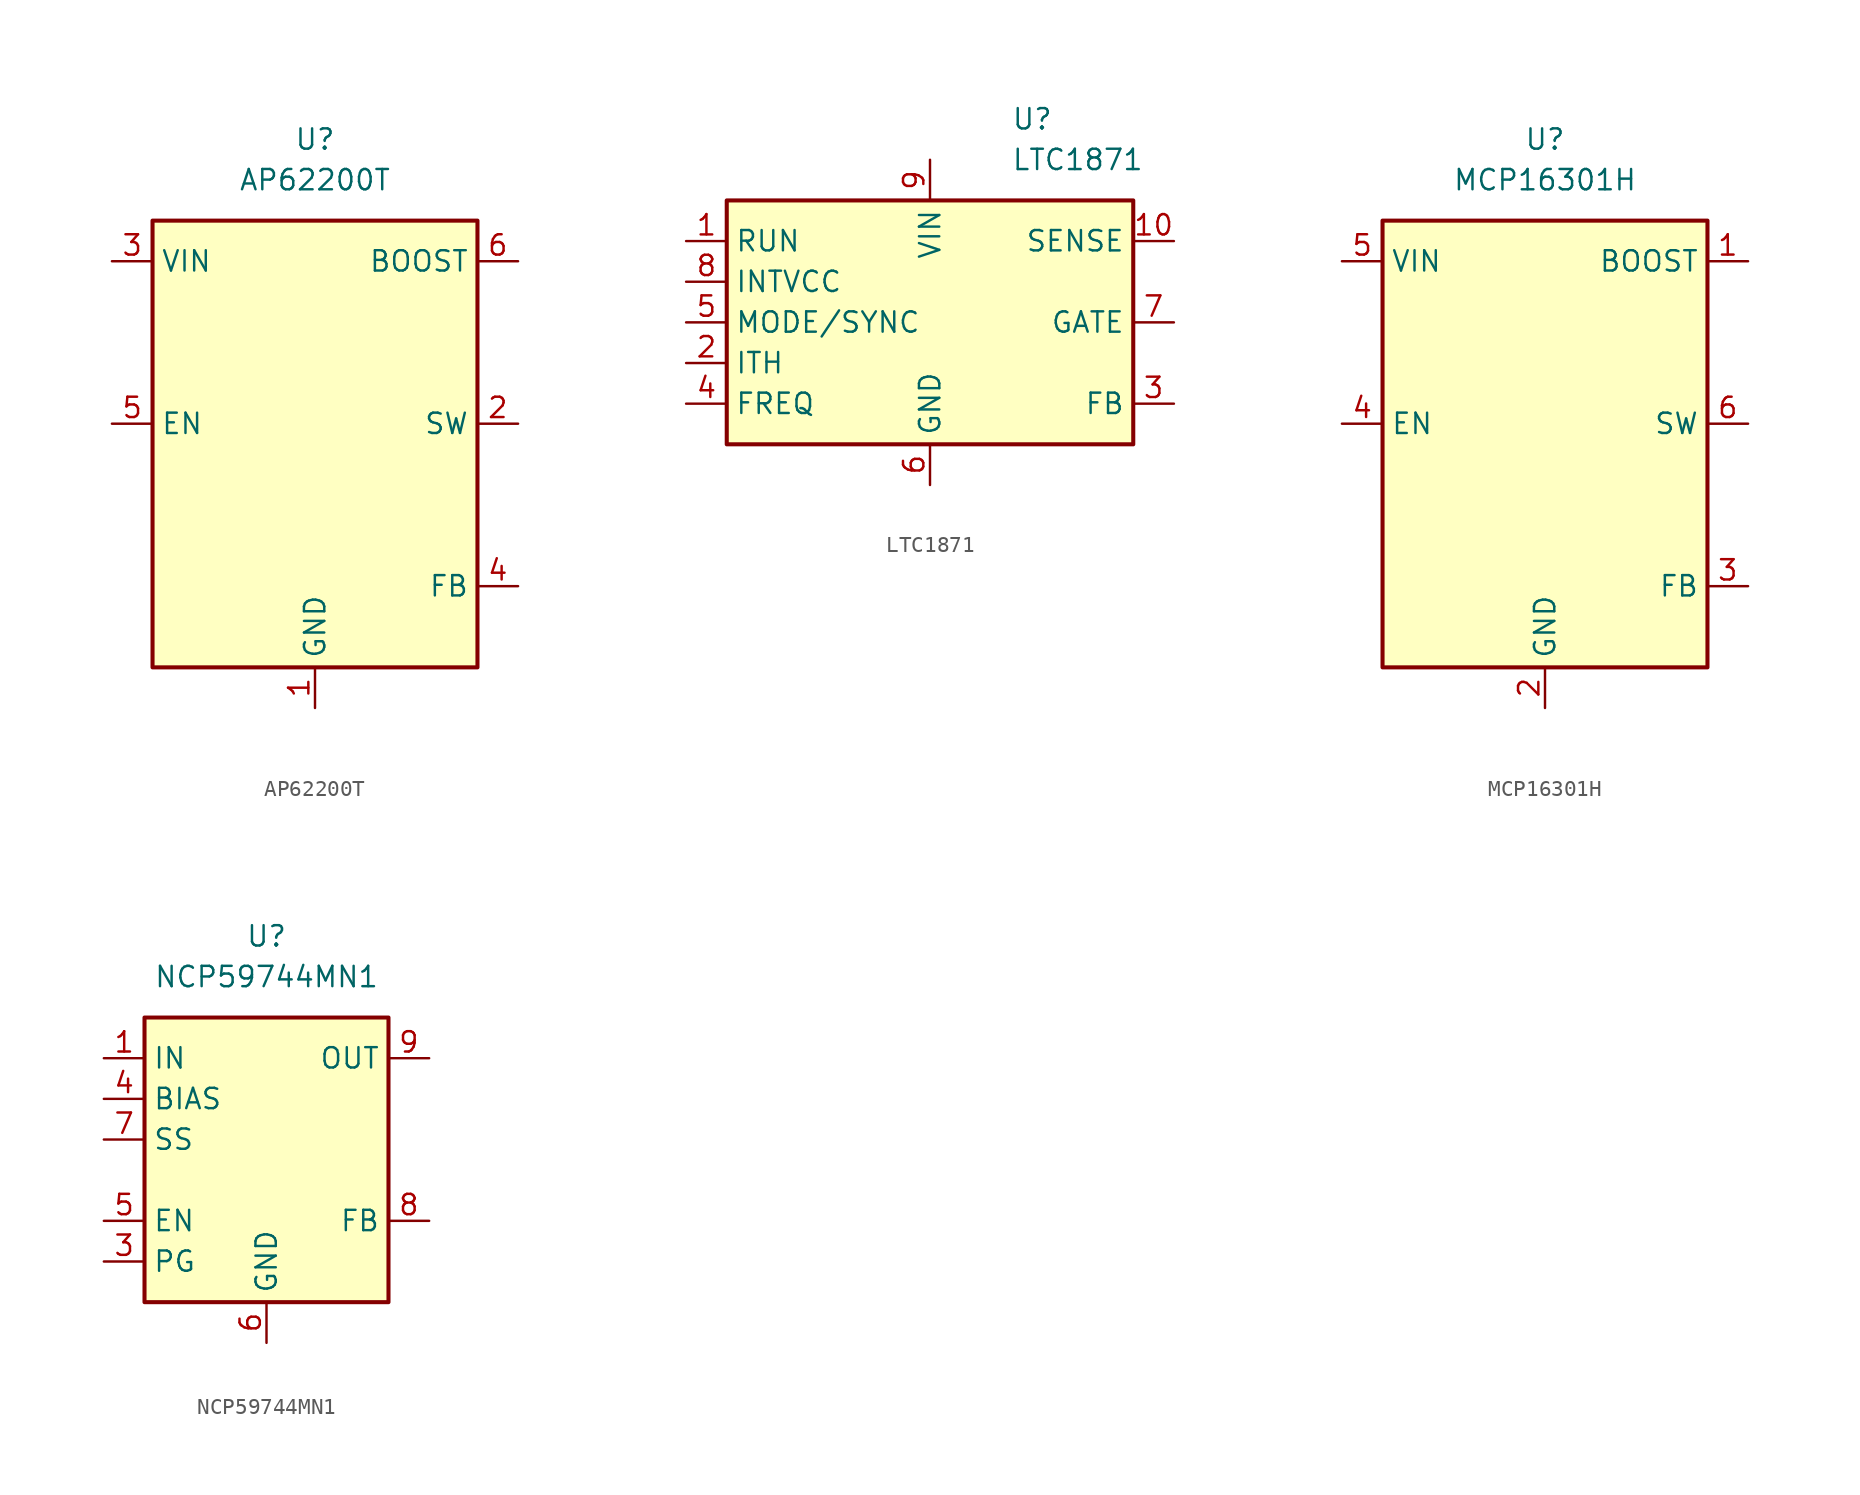
<source format=kicad_sym>
(kicad_symbol_lib
  (version 20210619)
  (generator kicad_symbol_editor)
  (symbol "KLIB_Regul:AP62200T"
    (property "Reference" "U"
      (at 0 17.78 0)
      (effects (font (size 1.27 1.27))))
    (property "Value" "AP62200T"
      (at 0 15.24 0)
      (effects (font (size 1.27 1.27))))
    (symbol "AP62200T_0_1"
      (rectangle (start -10.16 12.7) (end 10.16 -15.24) (stroke (width 0.254)) (fill (type background))))
    (symbol "AP62200T_1_1"
      (pin power_in line (at 0 -17.78 90) (length 2.54) (name "GND" (effects (font (size 1.27 1.27)))) (number "1" (effects (font (size 1.27 1.27)))))
      (pin power_out line (at 12.7 0 180) (length 2.54) (name "SW" (effects (font (size 1.27 1.27)))) (number "2" (effects (font (size 1.27 1.27)))))
      (pin power_in line (at -12.7 10.16 0) (length 2.54) (name "VIN" (effects (font (size 1.27 1.27)))) (number "3" (effects (font (size 1.27 1.27)))))
      (pin input line (at 12.7 -10.16 180) (length 2.54) (name "FB" (effects (font (size 1.27 1.27)))) (number "4" (effects (font (size 1.27 1.27)))))
      (pin input line (at -12.7 0 0) (length 2.54) (name "EN" (effects (font (size 1.27 1.27)))) (number "5" (effects (font (size 1.27 1.27)))))
      (pin power_out line (at 12.7 10.16 180) (length 2.54) (name "BOOST" (effects (font (size 1.27 1.27)))) (number "6" (effects (font (size 1.27 1.27)))))))
  (symbol "KLIB_Regul:LTC1871"
    (property "Reference" "U"
      (at 5.08 12.7 0)
      (effects (font (size 1.27 1.27)) (justify left)))
    (property "Value" "LTC1871"
      (at 5.08 10.16 0)
      (effects (font (size 1.27 1.27)) (justify left)))
    (symbol "LTC1871_0_1"
      (rectangle (start -12.7 7.62) (end 12.7 -7.62) (stroke (width 0.254)) (fill (type background))))
    (symbol "LTC1871_1_1"
      (pin input line (at -15.24 5.08 0) (length 2.54) (name "RUN" (effects (font (size 1.27 1.27)))) (number "1" (effects (font (size 1.27 1.27)))))
      (pin input line (at 15.24 5.08 180) (length 2.54) (name "SENSE" (effects (font (size 1.27 1.27)))) (number "10" (effects (font (size 1.27 1.27)))))
      (pin input line (at -15.24 -2.54 0) (length 2.54) (name "ITH" (effects (font (size 1.27 1.27)))) (number "2" (effects (font (size 1.27 1.27)))))
      (pin input line (at 15.24 -5.08 180) (length 2.54) (name "FB" (effects (font (size 1.27 1.27)))) (number "3" (effects (font (size 1.27 1.27)))))
      (pin passive line (at -15.24 -5.08 0) (length 2.54) (name "FREQ" (effects (font (size 1.27 1.27)))) (number "4" (effects (font (size 1.27 1.27)))))
      (pin input line (at -15.24 0 0) (length 2.54) (name "MODE/SYNC" (effects (font (size 1.27 1.27)))) (number "5" (effects (font (size 1.27 1.27)))))
      (pin power_in line (at 0 -10.16 90) (length 2.54) (name "GND" (effects (font (size 1.27 1.27)))) (number "6" (effects (font (size 1.27 1.27)))))
      (pin output line (at 15.24 0 180) (length 2.54) (name "GATE" (effects (font (size 1.27 1.27)))) (number "7" (effects (font (size 1.27 1.27)))))
      (pin output line (at -15.24 2.54 0) (length 2.54) (name "INTVCC" (effects (font (size 1.27 1.27)))) (number "8" (effects (font (size 1.27 1.27)))))
      (pin power_in line (at 0 10.16 270) (length 2.54) (name "VIN" (effects (font (size 1.27 1.27)))) (number "9" (effects (font (size 1.27 1.27)))))))
  (symbol "KLIB_Regul:MCP16301H"
    (property "Reference" "U"
      (at 0 17.78 0)
      (effects (font (size 1.27 1.27))))
    (property "Value" "MCP16301H"
      (at 0 15.24 0)
      (effects (font (size 1.27 1.27))))
    (symbol "MCP16301H_0_1"
      (rectangle (start -10.16 12.7) (end 10.16 -15.24) (stroke (width 0.254)) (fill (type background))))
    (symbol "MCP16301H_1_1"
      (pin power_out line (at 12.7 10.16 180) (length 2.54) (name "BOOST" (effects (font (size 1.27 1.27)))) (number "1" (effects (font (size 1.27 1.27)))))
      (pin power_in line (at 0 -17.78 90) (length 2.54) (name "GND" (effects (font (size 1.27 1.27)))) (number "2" (effects (font (size 1.27 1.27)))))
      (pin input line (at 12.7 -10.16 180) (length 2.54) (name "FB" (effects (font (size 1.27 1.27)))) (number "3" (effects (font (size 1.27 1.27)))))
      (pin input line (at -12.7 0 0) (length 2.54) (name "EN" (effects (font (size 1.27 1.27)))) (number "4" (effects (font (size 1.27 1.27)))))
      (pin power_in line (at -12.7 10.16 0) (length 2.54) (name "VIN" (effects (font (size 1.27 1.27)))) (number "5" (effects (font (size 1.27 1.27)))))
      (pin power_out line (at 12.7 0 180) (length 2.54) (name "SW" (effects (font (size 1.27 1.27)))) (number "6" (effects (font (size 1.27 1.27)))))))
  (symbol "KLIB_Regul:NCP59744MN1"
    (property "Reference" "U"
      (at 0 12.7 0)
      (effects (font (size 1.27 1.27))))
    (property "Value" "NCP59744MN1"
      (at 0 10.16 0)
      (effects (font (size 1.27 1.27))))
    (symbol "NCP59744MN1_0_1"
      (rectangle (start -7.62 7.62) (end 7.62 -10.16) (stroke (width 0.254)) (fill (type background))))
    (symbol "NCP59744MN1_1_1"
      (pin power_in line (at -10.16 5.08 0) (length 2.54) (name "IN" (effects (font (size 1.27 1.27)))) (number "1" (effects (font (size 1.27 1.27)))))
      (pin passive line (at 10.16 5.08 180) (length 2.54) hide (name "OUT" (effects (font (size 1.27 1.27)))) (number "10" (effects (font (size 1.27 1.27)))))
      (pin passive line (at 0 -12.7 90) (length 2.54) hide (name "EP" (effects (font (size 1.27 1.27)))) (number "11" (effects (font (size 1.27 1.27)))))
      (pin power_in line (at -10.16 5.08 0) (length 2.54) hide (name "IN" (effects (font (size 1.27 1.27)))) (number "2" (effects (font (size 1.27 1.27)))))
      (pin open_collector line (at -10.16 -7.62 0) (length 2.54) (name "PG" (effects (font (size 1.27 1.27)))) (number "3" (effects (font (size 1.27 1.27)))))
      (pin power_in line (at -10.16 2.54 0) (length 2.54) (name "BIAS" (effects (font (size 1.27 1.27)))) (number "4" (effects (font (size 1.27 1.27)))))
      (pin input line (at -10.16 -5.08 0) (length 2.54) (name "EN" (effects (font (size 1.27 1.27)))) (number "5" (effects (font (size 1.27 1.27)))))
      (pin power_in line (at 0 -12.7 90) (length 2.54) (name "GND" (effects (font (size 1.27 1.27)))) (number "6" (effects (font (size 1.27 1.27)))))
      (pin input line (at -10.16 0 0) (length 2.54) (name "SS" (effects (font (size 1.27 1.27)))) (number "7" (effects (font (size 1.27 1.27)))))
      (pin input line (at 10.16 -5.08 180) (length 2.54) (name "FB" (effects (font (size 1.27 1.27)))) (number "8" (effects (font (size 1.27 1.27)))))
      (pin power_out line (at 10.16 5.08 180) (length 2.54) (name "OUT" (effects (font (size 1.27 1.27)))) (number "9" (effects (font (size 1.27 1.27))))))))
</source>
